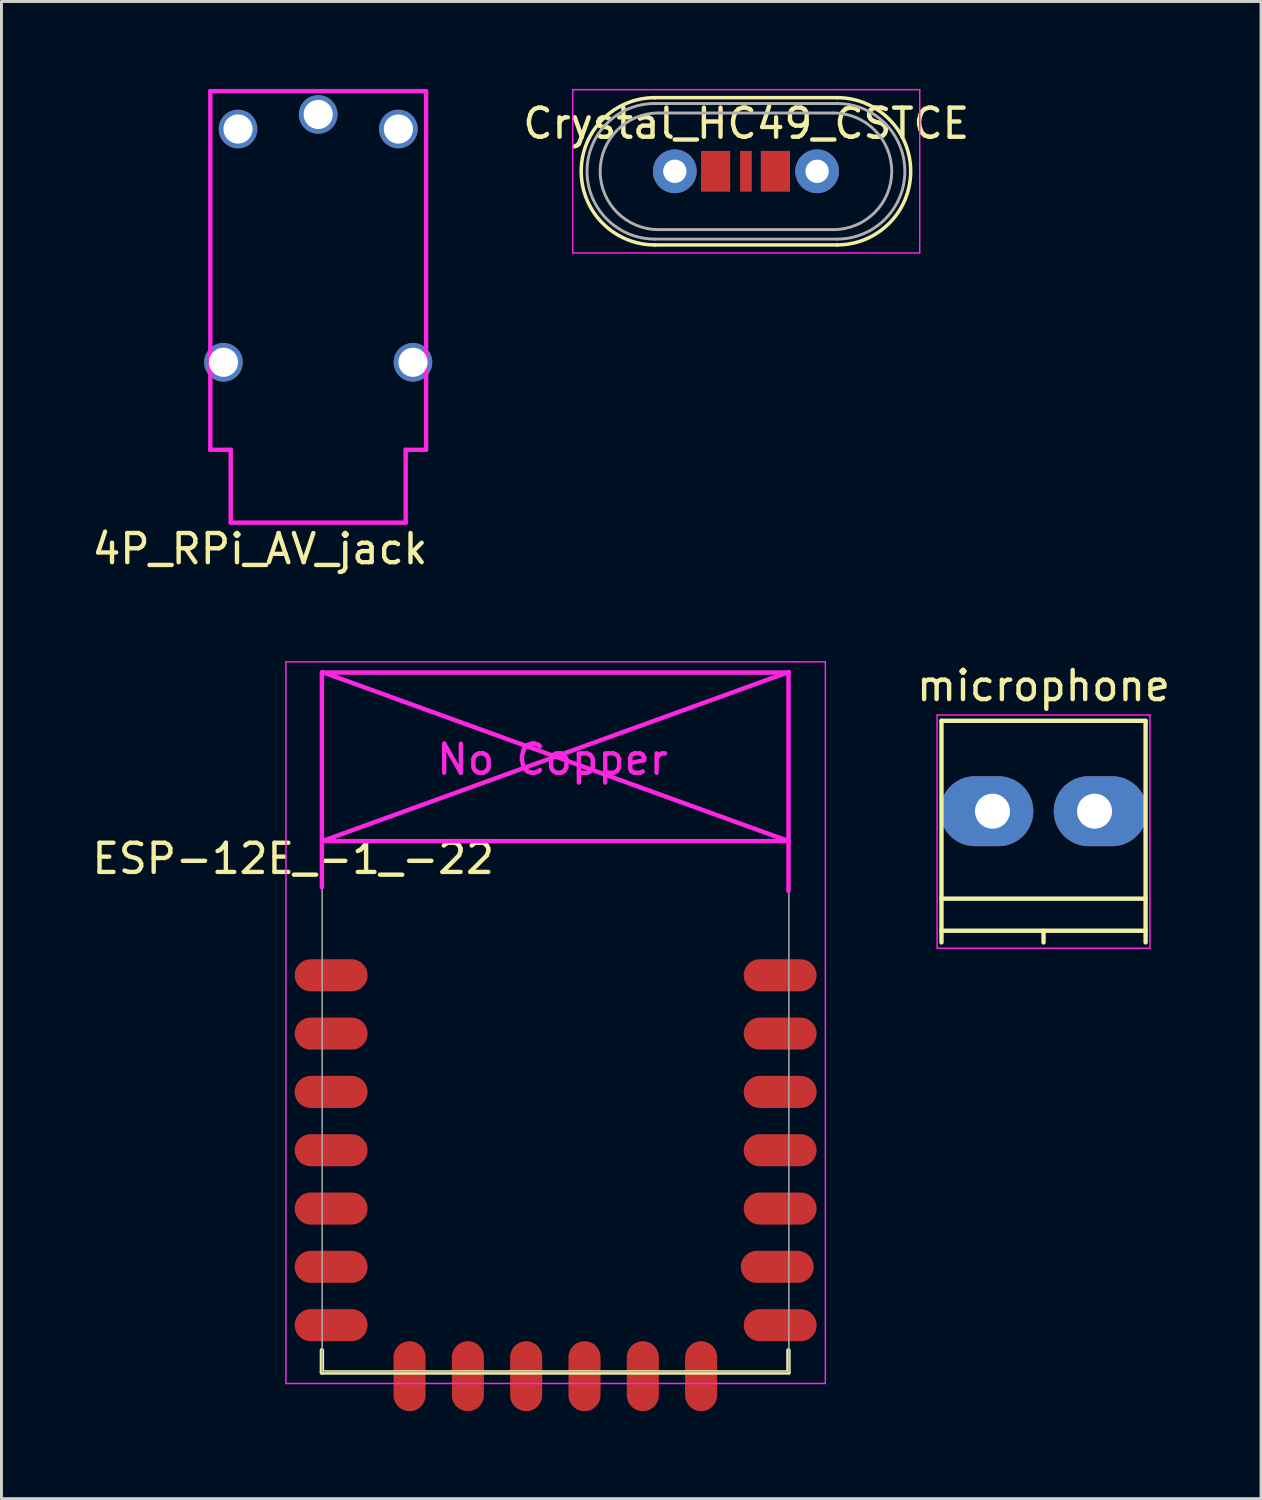
<source format=kicad_pcb>
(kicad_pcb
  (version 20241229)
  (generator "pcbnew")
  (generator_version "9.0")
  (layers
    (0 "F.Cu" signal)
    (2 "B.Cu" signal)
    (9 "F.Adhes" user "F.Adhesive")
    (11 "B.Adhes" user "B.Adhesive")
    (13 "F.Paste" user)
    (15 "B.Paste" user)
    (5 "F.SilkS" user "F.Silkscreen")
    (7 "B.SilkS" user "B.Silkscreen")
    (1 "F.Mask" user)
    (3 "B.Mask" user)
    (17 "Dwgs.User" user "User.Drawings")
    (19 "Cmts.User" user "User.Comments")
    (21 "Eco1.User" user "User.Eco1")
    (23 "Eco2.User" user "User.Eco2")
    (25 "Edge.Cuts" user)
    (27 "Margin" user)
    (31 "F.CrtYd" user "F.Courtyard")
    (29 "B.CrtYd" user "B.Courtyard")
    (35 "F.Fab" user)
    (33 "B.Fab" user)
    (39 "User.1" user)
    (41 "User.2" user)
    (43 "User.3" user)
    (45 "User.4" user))
  (footprint "Crystal_HC49_CSTCE"
    (layer "F.Cu")
    (at 20.093 2.825)
    (property "Reference" "Crystal_HC49_CSTCE" (at 2.45 -1.64 0) (layer "F.SilkS") (effects (font (size 1 1) (thickness 0.15))))
    (attr through_hole)
    (fp_line (start -0.685 -2.525) (end 5.565 -2.525) (stroke (width 0.12) (type solid)) (layer "F.SilkS"))
    (fp_line (start -0.685 2.525) (end 5.565 2.525) (stroke (width 0.12) (type solid)) (layer "F.SilkS"))
    (fp_arc (start -0.685 2.525) (mid -3.21 0) (end -0.685 -2.525) (stroke (width 0.12) (type solid)) (layer "F.SilkS"))
    (fp_arc (start 5.565 -2.525) (mid 8.09 0) (end 5.565 2.525) (stroke (width 0.12) (type solid)) (layer "F.SilkS"))
    (fp_line (start -3.5 -2.8) (end -3.5 2.8) (stroke (width 0.05) (type solid)) (layer "F.CrtYd"))
    (fp_line (start -3.5 2.8) (end 8.4 2.8) (stroke (width 0.05) (type solid)) (layer "F.CrtYd"))
    (fp_line (start 8.4 -2.8) (end -3.5 -2.8) (stroke (width 0.05) (type solid)) (layer "F.CrtYd"))
    (fp_line (start 8.4 2.8) (end 8.4 -2.8) (stroke (width 0.05) (type solid)) (layer "F.CrtYd"))
    (fp_line (start -0.685 -2.325) (end 5.565 -2.325) (stroke (width 0.1) (type solid)) (layer "F.Fab"))
    (fp_line (start -0.685 2.325) (end 5.565 2.325) (stroke (width 0.1) (type solid)) (layer "F.Fab"))
    (fp_line (start -0.56 -2) (end 5.44 -2) (stroke (width 0.1) (type solid)) (layer "F.Fab"))
    (fp_line (start -0.56 2) (end 5.44 2) (stroke (width 0.1) (type solid)) (layer "F.Fab"))
    (fp_arc (start -0.685 2.325) (mid -3.01 0) (end -0.685 -2.325) (stroke (width 0.1) (type solid)) (layer "F.Fab"))
    (fp_arc (start -0.56 2) (mid -2.56 0) (end -0.56 -2) (stroke (width 0.1) (type solid)) (layer "F.Fab"))
    (fp_arc (start 5.44 -2) (mid 7.44 0) (end 5.44 2) (stroke (width 0.1) (type solid)) (layer "F.Fab"))
    (fp_arc (start 5.565 -2.325) (mid 7.89 0) (end 5.565 2.325) (stroke (width 0.1) (type solid)) (layer "F.Fab"))
    (pad "1" thru_hole circle (at 0 0) (size 1.5 1.5) (drill 0.8) (layers "*.Cu" "*.Mask"))
    (pad "1" smd rect (at 1.4 0) (size 1 1.4) (layers "F.Cu" "F.Mask" "F.Paste"))
    (pad "2" smd rect (at 3.45 0) (size 1 1.4) (layers "F.Cu" "F.Mask" "F.Paste"))
    (pad "2" thru_hole circle (at 4.88 0) (size 1.5 1.5) (drill 0.8) (layers "*.Cu" "*.Mask"))
    (pad "3" smd rect (at 2.44 0) (size 0.4 1.4) (layers "F.Cu" "F.Mask" "F.Paste")))
  (footprint "microphone"
    (layer "F.Cu")
    (at 30.989 24.771)
    (property "Reference" "microphone" (at 1.75 -4.3 0) (layer "F.SilkS") (effects (font (size 1 1) (thickness 0.15))))
    (attr through_hole)
    (fp_line (start -1.75 -3.1) (end -1.75 4.5) (stroke (width 0.15) (type solid)) (layer "F.SilkS"))
    (fp_line (start -1.75 3) (end 5.25 3) (stroke (width 0.15) (type solid)) (layer "F.SilkS"))
    (fp_line (start -1.75 4.1) (end 5.25 4.1) (stroke (width 0.15) (type solid)) (layer "F.SilkS"))
    (fp_line (start 1.75 4.1) (end 1.75 4.5) (stroke (width 0.15) (type solid)) (layer "F.SilkS"))
    (fp_line (start 5.25 -3.1) (end -1.75 -3.1) (stroke (width 0.15) (type solid)) (layer "F.SilkS"))
    (fp_line (start 5.25 4.5) (end 5.25 -3.1) (stroke (width 0.15) (type solid)) (layer "F.SilkS"))
    (fp_line (start -1.9 -3.3) (end 5.4 -3.3) (stroke (width 0.05) (type solid)) (layer "F.CrtYd"))
    (fp_line (start -1.9 4.7) (end -1.9 -3.3) (stroke (width 0.05) (type solid)) (layer "F.CrtYd"))
    (fp_line (start 5.4 -3.3) (end 5.4 4.7) (stroke (width 0.05) (type solid)) (layer "F.CrtYd"))
    (fp_line (start 5.4 4.7) (end -1.9 4.7) (stroke (width 0.05) (type solid)) (layer "F.CrtYd"))
    (pad "1" thru_hole oval (at 0 0) (size 3.2 2.4) (drill 1.2 (offset -0.2 0)) (layers "*.Cu" "*.Mask"))
    (pad "2" thru_hole oval (at 3.5 0) (size 3.2 2.4) (drill 1.2 (offset 0.2 0)) (layers "*.Cu" "*.Mask")))
  (footprint "ESP-12E_-1_-22"
    (layer "F.Cu")
    (at 9.006 28.398)
    (property "Reference" "ESP-12E_-1_-22" (at -2 -2 0) (layer "F.SilkS") (effects (font (size 1 1) (thickness 0.15))))
    (attr through_hole)
    (fp_line (start -1.016 14.859) (end -1.016 15.621) (stroke (width 0.152) (type solid)) (layer "F.SilkS"))
    (fp_line (start -1.016 15.621) (end 14.986 15.621) (stroke (width 0.152) (type solid)) (layer "F.SilkS"))
    (fp_line (start 14.986 15.621) (end 14.986 14.859) (stroke (width 0.152) (type solid)) (layer "F.SilkS"))
    (fp_line (start -2.25 -8.75) (end 15.25 -8.75) (stroke (width 0.05) (type solid)) (layer "F.CrtYd"))
    (fp_line (start -2.25 -0.5) (end -2.25 -8.75) (stroke (width 0.05) (type solid)) (layer "F.CrtYd"))
    (fp_line (start -2.25 16) (end -2.25 -0.5) (stroke (width 0.05) (type solid)) (layer "F.CrtYd"))
    (fp_line (start -1.016 -8.382) (end -1.016 -1.016) (stroke (width 0.152) (type solid)) (layer "F.CrtYd"))
    (fp_line (start -1.016 -8.382) (end 14.986 -8.382) (stroke (width 0.152) (type solid)) (layer "F.CrtYd"))
    (fp_line (start -1.008 -8.4) (end 14.992 -2.6) (stroke (width 0.152) (type solid)) (layer "F.CrtYd"))
    (fp_line (start -1.008 -2.6) (end 14.992 -2.6) (stroke (width 0.152) (type solid)) (layer "F.CrtYd"))
    (fp_line (start 14.986 -8.382) (end 14.986 -0.889) (stroke (width 0.152) (type solid)) (layer "F.CrtYd"))
    (fp_line (start 14.992 -8.4) (end -1.008 -2.6) (stroke (width 0.152) (type solid)) (layer "F.CrtYd"))
    (fp_line (start 15.25 -8.75) (end 16.25 -8.75) (stroke (width 0.05) (type solid)) (layer "F.CrtYd"))
    (fp_line (start 16.25 -8.75) (end 16.25 16) (stroke (width 0.05) (type solid)) (layer "F.CrtYd"))
    (fp_line (start 16.25 16) (end -2.25 16) (stroke (width 0.05) (type solid)) (layer "F.CrtYd"))
    (fp_line (start -1.008 -8.4) (end 14.992 -8.4) (stroke (width 0.05) (type solid)) (layer "F.Fab"))
    (fp_line (start -1.008 15.6) (end -1.008 -8.4) (stroke (width 0.05) (type solid)) (layer "F.Fab"))
    (fp_line (start 14.992 15.6) (end -1.008 15.6) (stroke (width 0.05) (type solid)) (layer "F.Fab"))
    (fp_line (start 15 -8.4) (end 15 15.6) (stroke (width 0.05) (type solid)) (layer "F.Fab"))
    (fp_text user "No Copper" (at 6.892 -5.4 0) (layer "F.CrtYd") (effects (font (size 1 1) (thickness 0.15))))
    (pad "2" smd oval (at 0 2) (size 2.5 1.1) (drill (offset -0.7 0)) (layers "F.Cu" "F.Mask" "F.Paste"))
    (pad "3" smd oval (at 0 4) (size 2.5 1.1) (drill (offset -0.7 0)) (layers "F.Cu" "F.Mask" "F.Paste"))
    (pad "4" smd oval (at 0 6) (size 2.5 1.1) (drill (offset -0.7 0)) (layers "F.Cu" "F.Mask" "F.Paste"))
    (pad "5" smd oval (at 0 8) (size 2.5 1.1) (drill (offset -0.7 0)) (layers "F.Cu" "F.Mask" "F.Paste"))
    (pad "6" smd oval (at 0 10) (size 2.5 1.1) (drill (offset -0.7 0)) (layers "F.Cu" "F.Mask" "F.Paste"))
    (pad "7" smd oval (at 0 12) (size 2.5 1.1) (drill (offset -0.7 0)) (layers "F.Cu" "F.Mask" "F.Paste"))
    (pad "8" smd oval (at 0 14) (size 2.5 1.1) (drill (offset -0.7 0)) (layers "F.Cu" "F.Mask" "F.Paste"))
    (pad "9" smd oval (at 1.99 15.75 90) (size 2.4 1.1) (layers "F.Cu" "F.Mask" "F.Paste"))
    (pad "10" smd oval (at 3.99 15.75 90) (size 2.4 1.1) (layers "F.Cu" "F.Mask" "F.Paste"))
    (pad "11" smd oval (at 5.99 15.75 90) (size 2.4 1.1) (layers "F.Cu" "F.Mask" "F.Paste"))
    (pad "12" smd oval (at 7.99 15.75 90) (size 2.4 1.1) (layers "F.Cu" "F.Mask" "F.Paste"))
    (pad "13" smd oval (at 9.99 15.75 90) (size 2.4 1.1) (layers "F.Cu" "F.Mask" "F.Paste"))
    (pad "14" smd oval (at 11.99 15.75 90) (size 2.4 1.1) (layers "F.Cu" "F.Mask" "F.Paste"))
    (pad "15" smd oval (at 14 14) (size 2.5 1.1) (drill (offset 0.7 0)) (layers "F.Cu" "F.Mask" "F.Paste"))
    (pad "16" smd oval (at 14 12) (size 2.5 1.1) (drill (offset 0.6 0)) (layers "F.Cu" "F.Mask" "F.Paste"))
    (pad "17" smd oval (at 14 10) (size 2.5 1.1) (drill (offset 0.7 0)) (layers "F.Cu" "F.Mask" "F.Paste"))
    (pad "18" smd oval (at 14 8) (size 2.5 1.1) (drill (offset 0.7 0)) (layers "F.Cu" "F.Mask" "F.Paste"))
    (pad "19" smd oval (at 14 6) (size 2.5 1.1) (drill (offset 0.7 0)) (layers "F.Cu" "F.Mask" "F.Paste"))
    (pad "20" smd oval (at 14 4) (size 2.5 1.1) (drill (offset 0.7 0)) (layers "F.Cu" "F.Mask" "F.Paste"))
    (pad "21" smd oval (at 14 2) (size 2.5 1.1) (drill (offset 0.7 0)) (layers "F.Cu" "F.Mask" "F.Paste")))
  (footprint "4P_RPi_AV_jack"
    (layer "F.Cu")
    (at 7.863 0.875)
    (property "Reference" "4P_RPi_AV_jack" (at -2 14.9 0) (layer "F.SilkS") (effects (font (size 1 1) (thickness 0.15))))
    (attr through_hole)
    (fp_line (start -3.7 -0.8) (end -3.7 11.5) (stroke (width 0.15) (type solid)) (layer "B.Paste"))
    (fp_line (start -3.7 11.5) (end -3 11.5) (stroke (width 0.15) (type solid)) (layer "B.Paste"))
    (fp_line (start -3 11.5) (end -3 14) (stroke (width 0.15) (type solid)) (layer "B.Paste"))
    (fp_line (start -3 14) (end 3 14) (stroke (width 0.15) (type solid)) (layer "B.Paste"))
    (fp_line (start 3 11.5) (end 3.7 11.5) (stroke (width 0.15) (type solid)) (layer "B.Paste"))
    (fp_line (start 3 14) (end 3 11.5) (stroke (width 0.15) (type solid)) (layer "B.Paste"))
    (fp_line (start 3.7 -0.8) (end -3.7 -0.8) (stroke (width 0.15) (type solid)) (layer "B.Paste"))
    (fp_line (start 3.7 11.5) (end 3.7 -0.8) (stroke (width 0.15) (type solid)) (layer "B.Paste"))
    (fp_line (start -3.7 -0.8) (end 3.7 -0.8) (stroke (width 0.15) (type solid)) (layer "F.CrtYd"))
    (fp_line (start -3.7 9.2) (end -3.7 -0.8) (stroke (width 0.15) (type solid)) (layer "F.CrtYd"))
    (fp_line (start -3.7 11.5) (end -3.7 9.2) (stroke (width 0.15) (type solid)) (layer "F.CrtYd"))
    (fp_line (start -3 11.5) (end -3.7 11.5) (stroke (width 0.15) (type solid)) (layer "F.CrtYd"))
    (fp_line (start -3 14) (end -3 11.5) (stroke (width 0.15) (type solid)) (layer "F.CrtYd"))
    (fp_line (start 3 11.5) (end 3 14) (stroke (width 0.15) (type solid)) (layer "F.CrtYd"))
    (fp_line (start 3 14) (end -3 14) (stroke (width 0.15) (type solid)) (layer "F.CrtYd"))
    (fp_line (start 3.7 -0.8) (end 3.7 9.2) (stroke (width 0.15) (type solid)) (layer "F.CrtYd"))
    (fp_line (start 3.7 9.2) (end 3.7 11.4) (stroke (width 0.15) (type solid)) (layer "F.CrtYd"))
    (fp_line (start 3.7 11.4) (end 3.7 11.5) (stroke (width 0.15) (type solid)) (layer "F.CrtYd"))
    (fp_line (start 3.7 11.5) (end 3 11.5) (stroke (width 0.15) (type solid)) (layer "F.CrtYd"))
    (pad "1" thru_hole circle (at 0 0) (size 1.324 1.324) (drill 1) (layers "*.Cu" "*.Mask"))
    (pad "2" thru_hole circle (at 2.75 0.5) (size 1.324 1.324) (drill 1) (layers "*.Cu" "*.Mask"))
    (pad "3" thru_hole circle (at -2.75 0.5) (size 1.324 1.324) (drill 1) (layers "*.Cu" "*.Mask"))
    (pad "4" thru_hole circle (at -3.25 8.5) (size 1.324 1.324) (drill 1) (layers "*.Cu" "*.Mask"))
    (pad "4" thru_hole circle (at 3.25 8.5) (size 1.324 1.324) (drill 1) (layers "*.Cu" "*.Mask")))
  (gr_rect
    (start -3 -3)
    (end 40.198 48.348)
    (stroke (width 0.1) (type default))
    (fill no)
    (layer "Edge.Cuts")))
</source>
